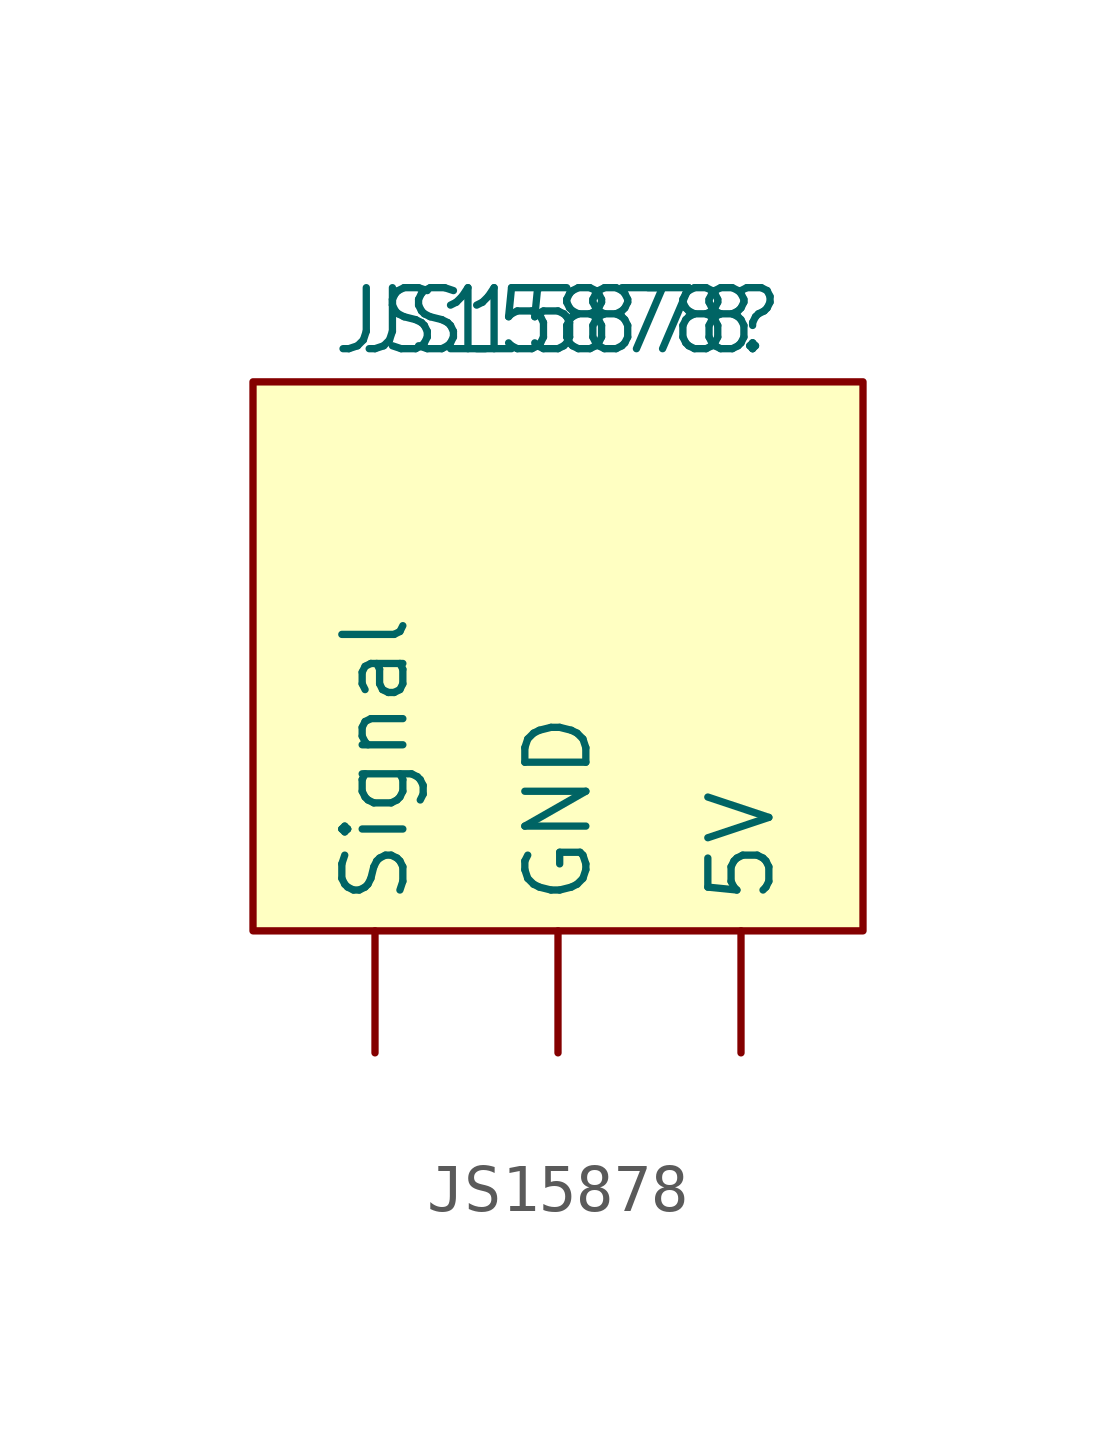
<source format=kicad_sym>
(kicad_symbol_lib
  (version 20220914)
  (generator kicad_symbol_editor)
  (symbol "JS15878"
    (property "Reference" "JS15878"
      (at 0 0 0)
      (effects (font (size 1.27 1.27))))
    (property "Value" "JS15878"
      (at 0 0 0)
      (effects (font (size 1.27 1.27))))
    (symbol "JS15878_1_1"
      (rectangle (start -6.35 -1.27) (end 6.35 -12.7) (stroke (width 0) (type default)) (fill (type background)))
      (pin input line (at 3.81 -15.24 90) (length 2.54) (name "5V" (effects (font (size 1.27 1.27)))) (number "" (effects (font (size 1.27 1.27)))))
      (pin input line (at 0 -15.24 90) (length 2.54) (name "GND" (effects (font (size 1.27 1.27)))) (number "" (effects (font (size 1.27 1.27)))))
      (pin input line (at -3.81 -15.24 90) (length 2.54) (name "Signal" (effects (font (size 1.27 1.27)))) (number "" (effects (font (size 1.27 1.27))))))))
</source>
